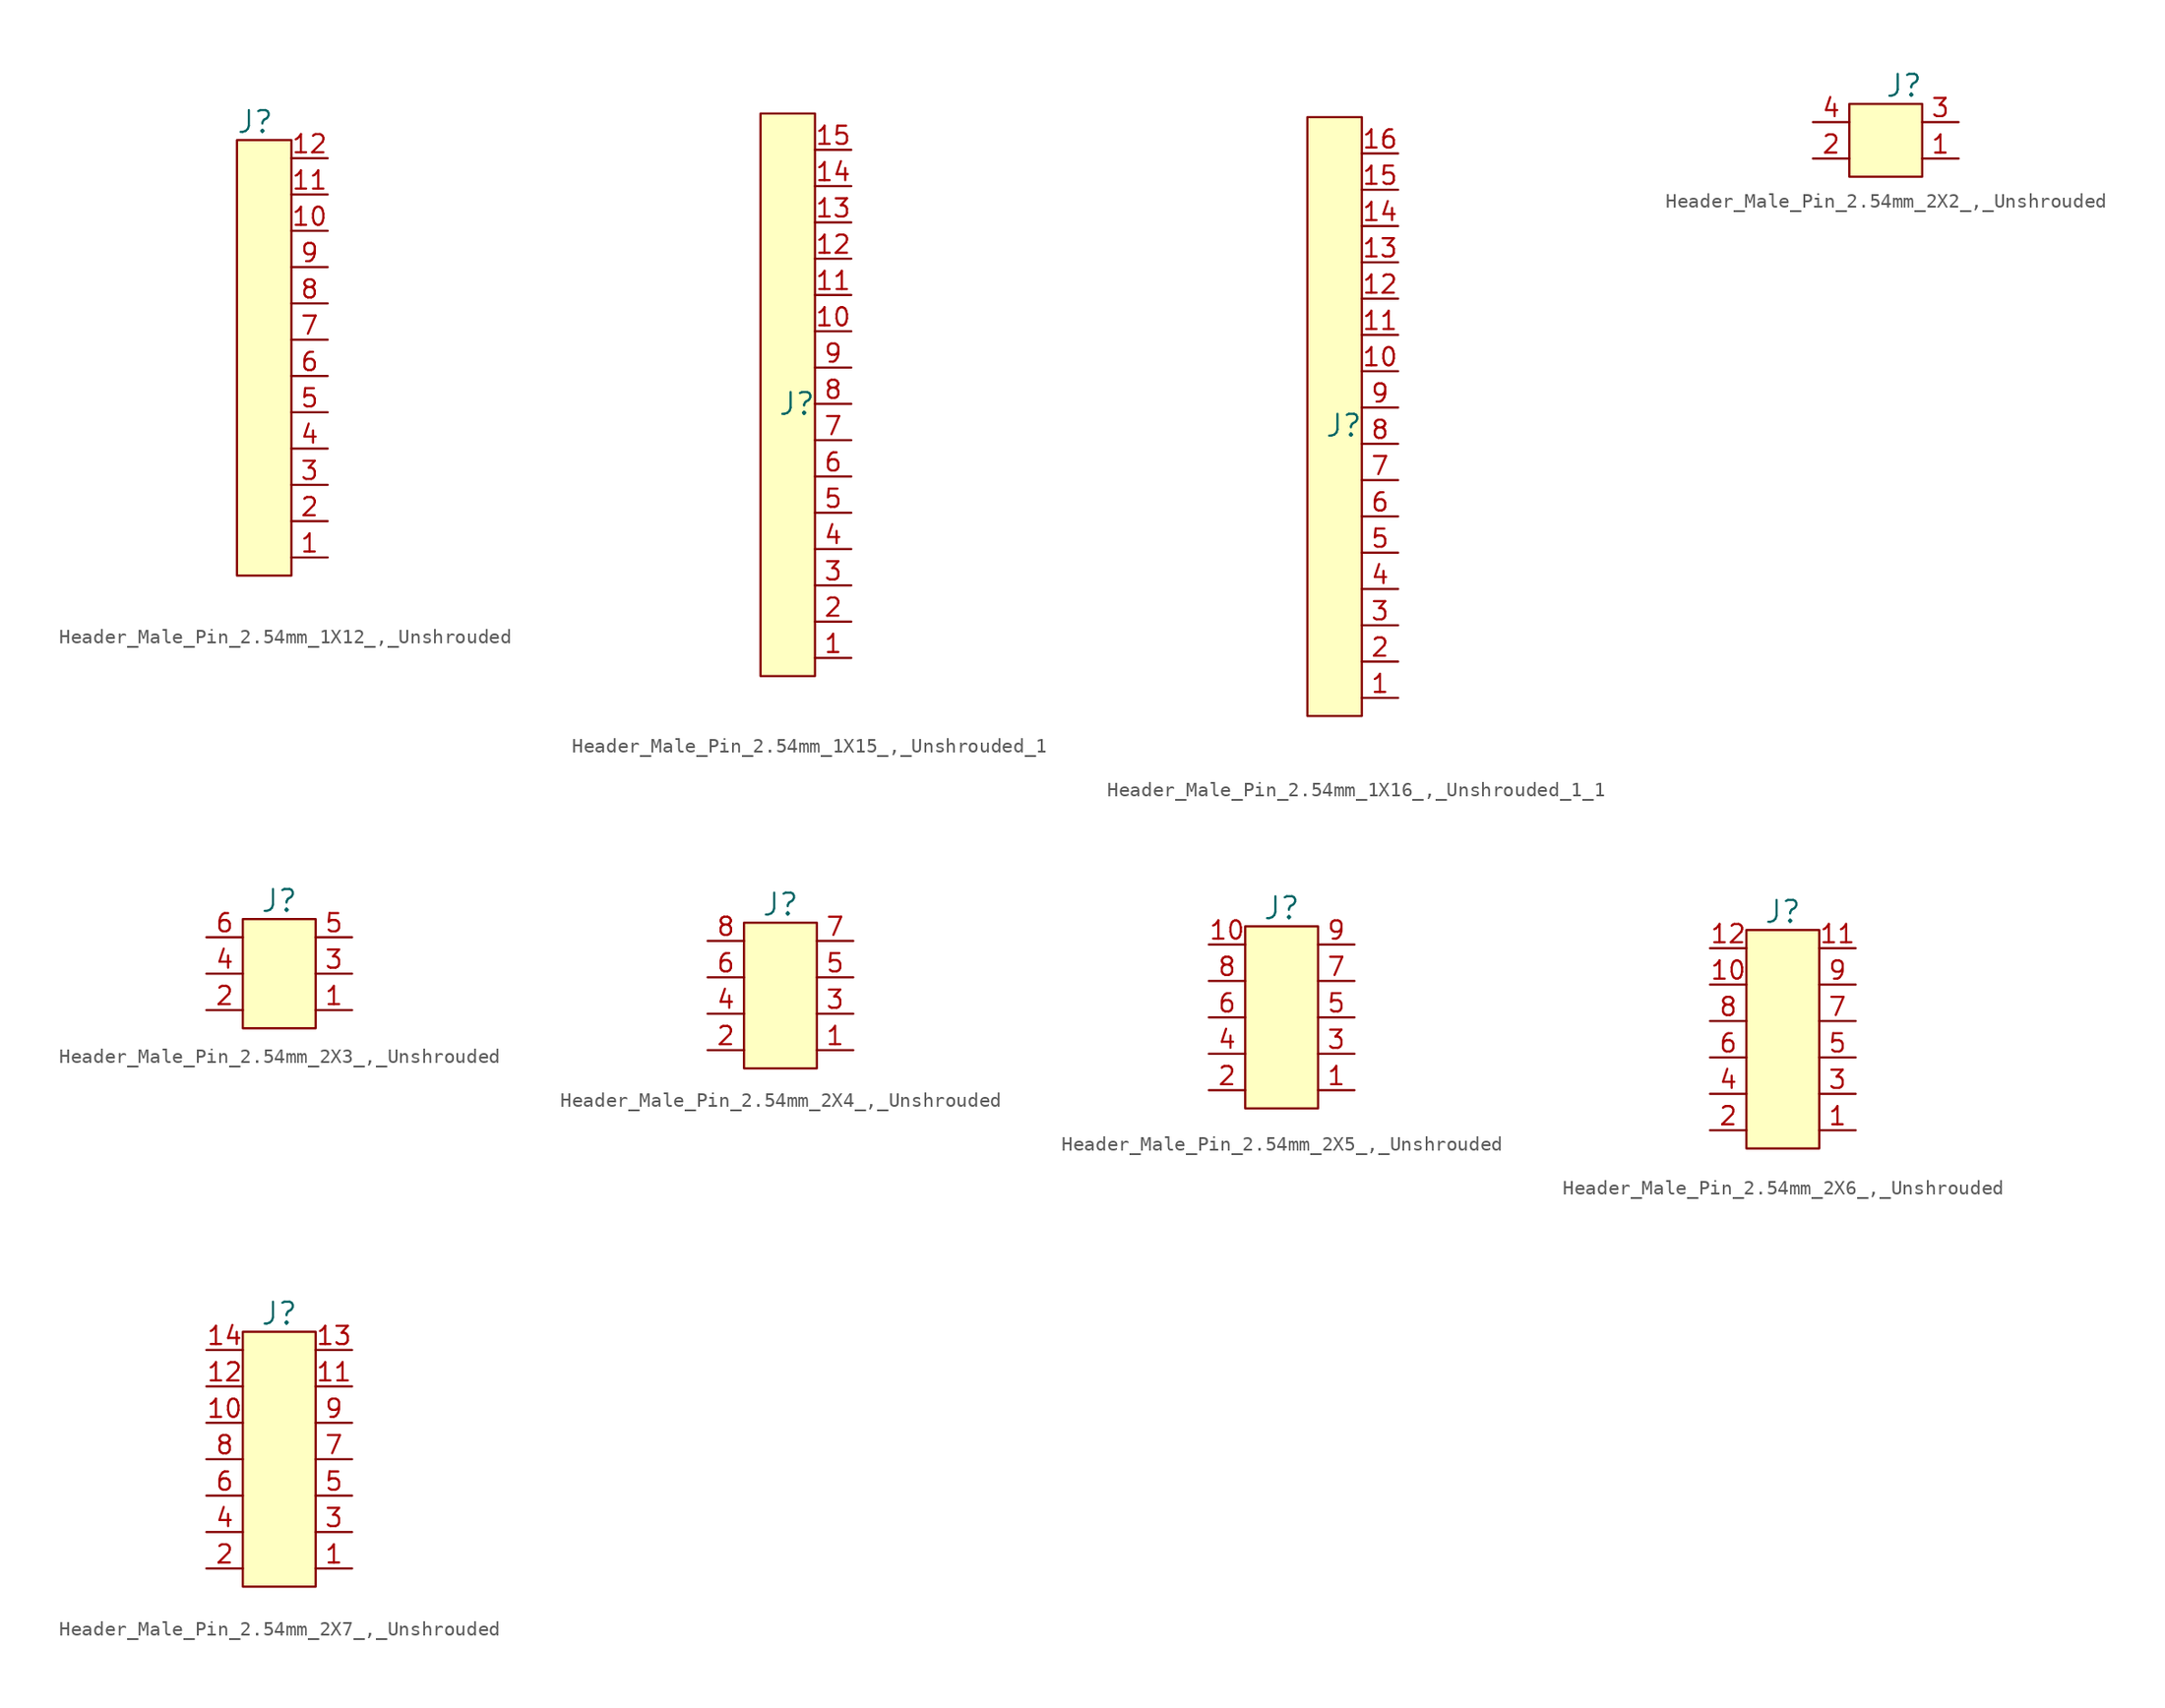
<source format=kicad_sym>
(kicad_symbol_lib
  (version 20241209)
  (generator "kicad_symbol_editor")
  (generator_version "9.0")
  (symbol "Header_Male_Pin_2.54mm_1X12_,_Unshrouded"
    (pin_names
      (offset 0)
      (hide yes))
    (property "Reference" "J"
      (at -2.54 30.48 0)
      (effects (font (size 1.524 1.524))))
    (symbol "Header_Male_Pin_2.54mm_1X12_,_Unshrouded_0_0"
      (rectangle (start -3.81 29.21) (end 0 -1.27) (stroke (width 0) (type default)) (fill (type background))))
    (symbol "Header_Male_Pin_2.54mm_1X12_,_Unshrouded_1_1"
      (pin passive line (at 2.54 27.94 180) (length 2.54) (name "~" (effects (font (size 1.27 1.27)))) (number "12" (effects (font (size 1.27 1.27)))))
      (pin passive line (at 2.54 25.4 180) (length 2.54) (name "~" (effects (font (size 1.27 1.27)))) (number "11" (effects (font (size 1.27 1.27)))))
      (pin passive line (at 2.54 22.86 180) (length 2.54) (name "~" (effects (font (size 1.27 1.27)))) (number "10" (effects (font (size 1.27 1.27)))))
      (pin passive line (at 2.54 20.32 180) (length 2.54) (name "~" (effects (font (size 1.27 1.27)))) (number "9" (effects (font (size 1.27 1.27)))))
      (pin passive line (at 2.54 17.78 180) (length 2.54) (name "~" (effects (font (size 1.27 1.27)))) (number "8" (effects (font (size 1.27 1.27)))))
      (pin passive line (at 2.54 15.24 180) (length 2.54) (name "~" (effects (font (size 1.27 1.27)))) (number "7" (effects (font (size 1.27 1.27)))))
      (pin passive line (at 2.54 12.7 180) (length 2.54) (name "~" (effects (font (size 1.27 1.27)))) (number "6" (effects (font (size 1.27 1.27)))))
      (pin passive line (at 2.54 10.16 180) (length 2.54) (name "~" (effects (font (size 1.27 1.27)))) (number "5" (effects (font (size 1.27 1.27)))))
      (pin passive line (at 2.54 7.62 180) (length 2.54) (name "~" (effects (font (size 1.27 1.27)))) (number "4" (effects (font (size 1.27 1.27)))))
      (pin passive line (at 2.54 5.08 180) (length 2.54) (name "~" (effects (font (size 1.27 1.27)))) (number "3" (effects (font (size 1.27 1.27)))))
      (pin passive line (at 2.54 2.54 180) (length 2.54) (name "~" (effects (font (size 1.27 1.27)))) (number "2" (effects (font (size 1.27 1.27)))))
      (pin passive line (at 2.54 0 180) (length 2.54) (name "~" (effects (font (size 1.016 1.016)))) (number "1" (effects (font (size 1.27 1.27)))))))
  (symbol "Header_Male_Pin_2.54mm_1X15_,_Unshrouded_1"
    (pin_names
      (offset 0)
      (hide yes))
    (property "Reference" "J"
      (at -1.27 17.78 0)
      (effects (font (size 1.524 1.524))))
    (symbol "Header_Male_Pin_2.54mm_1X15_,_Unshrouded_1_0_0"
      (rectangle (start -3.81 38.1) (end 0 -1.27) (stroke (width 0) (type default)) (fill (type background))))
    (symbol "Header_Male_Pin_2.54mm_1X15_,_Unshrouded_1_1_1"
      (pin passive line (at 2.54 35.56 180) (length 2.54) (name "~" (effects (font (size 1.27 1.27)))) (number "15" (effects (font (size 1.27 1.27)))))
      (pin passive line (at 2.54 33.02 180) (length 2.54) (name "~" (effects (font (size 1.27 1.27)))) (number "14" (effects (font (size 1.27 1.27)))))
      (pin passive line (at 2.54 30.48 180) (length 2.54) (name "~" (effects (font (size 1.27 1.27)))) (number "13" (effects (font (size 1.27 1.27)))))
      (pin passive line (at 2.54 27.94 180) (length 2.54) (name "~" (effects (font (size 1.27 1.27)))) (number "12" (effects (font (size 1.27 1.27)))))
      (pin passive line (at 2.54 25.4 180) (length 2.54) (name "~" (effects (font (size 1.27 1.27)))) (number "11" (effects (font (size 1.27 1.27)))))
      (pin passive line (at 2.54 22.86 180) (length 2.54) (name "~" (effects (font (size 1.27 1.27)))) (number "10" (effects (font (size 1.27 1.27)))))
      (pin passive line (at 2.54 20.32 180) (length 2.54) (name "~" (effects (font (size 1.27 1.27)))) (number "9" (effects (font (size 1.27 1.27)))))
      (pin passive line (at 2.54 17.78 180) (length 2.54) (name "~" (effects (font (size 1.27 1.27)))) (number "8" (effects (font (size 1.27 1.27)))))
      (pin passive line (at 2.54 15.24 180) (length 2.54) (name "~" (effects (font (size 1.27 1.27)))) (number "7" (effects (font (size 1.27 1.27)))))
      (pin passive line (at 2.54 12.7 180) (length 2.54) (name "~" (effects (font (size 1.27 1.27)))) (number "6" (effects (font (size 1.27 1.27)))))
      (pin passive line (at 2.54 10.16 180) (length 2.54) (name "~" (effects (font (size 1.27 1.27)))) (number "5" (effects (font (size 1.27 1.27)))))
      (pin passive line (at 2.54 7.62 180) (length 2.54) (name "~" (effects (font (size 1.27 1.27)))) (number "4" (effects (font (size 1.27 1.27)))))
      (pin passive line (at 2.54 5.08 180) (length 2.54) (name "~" (effects (font (size 1.27 1.27)))) (number "3" (effects (font (size 1.27 1.27)))))
      (pin passive line (at 2.54 2.54 180) (length 2.54) (name "~" (effects (font (size 1.27 1.27)))) (number "2" (effects (font (size 1.27 1.27)))))
      (pin passive line (at 2.54 0 180) (length 2.54) (name "~" (effects (font (size 1.27 1.27)))) (number "1" (effects (font (size 1.27 1.27)))))))
  (symbol "Header_Male_Pin_2.54mm_1X16_,_Unshrouded_1_1"
    (pin_names
      (offset 0)
      (hide yes))
    (property "Reference" "J"
      (at -1.27 19.05 0)
      (effects (font (size 1.524 1.524))))
    (symbol "Header_Male_Pin_2.54mm_1X16_,_Unshrouded_1_1_0_0"
      (rectangle (start -3.81 40.64) (end 0 -1.27) (stroke (width 0) (type default)) (fill (type background))))
    (symbol "Header_Male_Pin_2.54mm_1X16_,_Unshrouded_1_1_1_1"
      (pin passive line (at 2.54 38.1 180) (length 2.54) (name "~" (effects (font (size 1.27 1.27)))) (number "16" (effects (font (size 1.27 1.27)))))
      (pin passive line (at 2.54 35.56 180) (length 2.54) (name "~" (effects (font (size 1.27 1.27)))) (number "15" (effects (font (size 1.27 1.27)))))
      (pin passive line (at 2.54 33.02 180) (length 2.54) (name "~" (effects (font (size 1.27 1.27)))) (number "14" (effects (font (size 1.27 1.27)))))
      (pin passive line (at 2.54 30.48 180) (length 2.54) (name "~" (effects (font (size 1.27 1.27)))) (number "13" (effects (font (size 1.27 1.27)))))
      (pin passive line (at 2.54 27.94 180) (length 2.54) (name "~" (effects (font (size 1.27 1.27)))) (number "12" (effects (font (size 1.27 1.27)))))
      (pin passive line (at 2.54 25.4 180) (length 2.54) (name "~" (effects (font (size 1.27 1.27)))) (number "11" (effects (font (size 1.27 1.27)))))
      (pin passive line (at 2.54 22.86 180) (length 2.54) (name "~" (effects (font (size 1.27 1.27)))) (number "10" (effects (font (size 1.27 1.27)))))
      (pin passive line (at 2.54 20.32 180) (length 2.54) (name "~" (effects (font (size 1.27 1.27)))) (number "9" (effects (font (size 1.27 1.27)))))
      (pin passive line (at 2.54 17.78 180) (length 2.54) (name "~" (effects (font (size 1.27 1.27)))) (number "8" (effects (font (size 1.27 1.27)))))
      (pin passive line (at 2.54 15.24 180) (length 2.54) (name "~" (effects (font (size 1.27 1.27)))) (number "7" (effects (font (size 1.27 1.27)))))
      (pin passive line (at 2.54 12.7 180) (length 2.54) (name "~" (effects (font (size 1.27 1.27)))) (number "6" (effects (font (size 1.27 1.27)))))
      (pin passive line (at 2.54 10.16 180) (length 2.54) (name "~" (effects (font (size 1.27 1.27)))) (number "5" (effects (font (size 1.27 1.27)))))
      (pin passive line (at 2.54 7.62 180) (length 2.54) (name "~" (effects (font (size 1.27 1.27)))) (number "4" (effects (font (size 1.27 1.27)))))
      (pin passive line (at 2.54 5.08 180) (length 2.54) (name "~" (effects (font (size 1.27 1.27)))) (number "3" (effects (font (size 1.27 1.27)))))
      (pin passive line (at 2.54 2.54 180) (length 2.54) (name "~" (effects (font (size 1.27 1.27)))) (number "2" (effects (font (size 1.27 1.27)))))
      (pin passive line (at 2.54 0 180) (length 2.54) (name "~" (effects (font (size 1.27 1.27)))) (number "1" (effects (font (size 1.27 1.27)))))))
  (symbol "Header_Male_Pin_2.54mm_2X2_,_Unshrouded"
    (pin_names
      (offset 0)
      (hide yes))
    (property "Reference" "J"
      (at -1.27 5.08 0)
      (effects (font (size 1.524 1.524))))
    (symbol "Header_Male_Pin_2.54mm_2X2_,_Unshrouded_0_0"
      (rectangle (start -5.08 3.81) (end 0 -1.27) (stroke (width 0) (type default)) (fill (type background))))
    (symbol "Header_Male_Pin_2.54mm_2X2_,_Unshrouded_1_1"
      (pin passive line (at -7.62 2.54 0) (length 2.54) (name "~" (effects (font (size 1.27 1.27)))) (number "4" (effects (font (size 1.27 1.27)))))
      (pin passive line (at -7.62 0 0) (length 2.54) (name "~" (effects (font (size 1.016 1.016)))) (number "2" (effects (font (size 1.27 1.27)))))
      (pin passive line (at 2.54 2.54 180) (length 2.54) (name "~" (effects (font (size 1.27 1.27)))) (number "3" (effects (font (size 1.27 1.27)))))
      (pin passive line (at 2.54 0 180) (length 2.54) (name "~" (effects (font (size 1.016 1.016)))) (number "1" (effects (font (size 1.27 1.27)))))))
  (symbol "Header_Male_Pin_2.54mm_2X3_,_Unshrouded"
    (pin_names
      (offset 0)
      (hide yes))
    (property "Reference" "J"
      (at -2.54 7.62 0)
      (effects (font (size 1.524 1.524))))
    (symbol "Header_Male_Pin_2.54mm_2X3_,_Unshrouded_0_0"
      (rectangle (start -5.08 6.35) (end 0 -1.27) (stroke (width 0) (type default)) (fill (type background))))
    (symbol "Header_Male_Pin_2.54mm_2X3_,_Unshrouded_1_1"
      (pin passive line (at -7.62 5.08 0) (length 2.54) (name "~" (effects (font (size 0.762 0.762)))) (number "6" (effects (font (size 1.27 1.27)))))
      (pin passive line (at -7.62 2.54 0) (length 2.54) (name "~" (effects (font (size 1.27 1.27)))) (number "4" (effects (font (size 1.27 1.27)))))
      (pin passive line (at -7.62 0 0) (length 2.54) (name "~" (effects (font (size 1.016 1.016)))) (number "2" (effects (font (size 1.27 1.27)))))
      (pin passive line (at 2.54 5.08 180) (length 2.54) (name "~" (effects (font (size 0.889 0.889)))) (number "5" (effects (font (size 1.27 1.27)))))
      (pin passive line (at 2.54 2.54 180) (length 2.54) (name "~" (effects (font (size 1.27 1.27)))) (number "3" (effects (font (size 1.27 1.27)))))
      (pin passive line (at 2.54 0 180) (length 2.54) (name "~" (effects (font (size 1.016 1.016)))) (number "1" (effects (font (size 1.27 1.27)))))))
  (symbol "Header_Male_Pin_2.54mm_2X4_,_Unshrouded"
    (pin_names
      (offset 0)
      (hide yes))
    (property "Reference" "J"
      (at -2.54 10.16 0)
      (effects (font (size 1.524 1.524))))
    (symbol "Header_Male_Pin_2.54mm_2X4_,_Unshrouded_0_0"
      (rectangle (start -5.08 8.89) (end 0 -1.27) (stroke (width 0) (type default)) (fill (type background))))
    (symbol "Header_Male_Pin_2.54mm_2X4_,_Unshrouded_1_1"
      (pin passive line (at -7.62 7.62 0) (length 2.54) (name "~" (effects (font (size 0.762 0.762)))) (number "8" (effects (font (size 1.27 1.27)))))
      (pin passive line (at -7.62 5.08 0) (length 2.54) (name "~" (effects (font (size 0.762 0.762)))) (number "6" (effects (font (size 1.27 1.27)))))
      (pin passive line (at -7.62 2.54 0) (length 2.54) (name "~" (effects (font (size 1.27 1.27)))) (number "4" (effects (font (size 1.27 1.27)))))
      (pin passive line (at -7.62 0 0) (length 2.54) (name "~" (effects (font (size 1.016 1.016)))) (number "2" (effects (font (size 1.27 1.27)))))
      (pin passive line (at 2.54 7.62 180) (length 2.54) (name "~" (effects (font (size 0.889 0.889)))) (number "7" (effects (font (size 1.27 1.27)))))
      (pin passive line (at 2.54 5.08 180) (length 2.54) (name "~" (effects (font (size 0.889 0.889)))) (number "5" (effects (font (size 1.27 1.27)))))
      (pin passive line (at 2.54 2.54 180) (length 2.54) (name "~" (effects (font (size 1.27 1.27)))) (number "3" (effects (font (size 1.27 1.27)))))
      (pin passive line (at 2.54 0 180) (length 2.54) (name "~" (effects (font (size 1.016 1.016)))) (number "1" (effects (font (size 1.27 1.27)))))))
  (symbol "Header_Male_Pin_2.54mm_2X5_,_Unshrouded"
    (pin_names
      (offset 0)
      (hide yes))
    (property "Reference" "J"
      (at 0 10.16 0)
      (effects (font (size 1.524 1.524))))
    (symbol "Header_Male_Pin_2.54mm_2X5_,_Unshrouded_0_0"
      (rectangle (start -2.54 8.89) (end 2.54 -3.81) (stroke (width 0) (type default)) (fill (type background))))
    (symbol "Header_Male_Pin_2.54mm_2X5_,_Unshrouded_1_1"
      (pin passive line (at -5.08 7.62 0) (length 2.54) (name "~" (effects (font (size 0.762 0.762)))) (number "10" (effects (font (size 1.27 1.27)))))
      (pin passive line (at -5.08 5.08 0) (length 2.54) (name "~" (effects (font (size 0.762 0.762)))) (number "8" (effects (font (size 1.27 1.27)))))
      (pin passive line (at -5.08 2.54 0) (length 2.54) (name "~" (effects (font (size 0.762 0.762)))) (number "6" (effects (font (size 1.27 1.27)))))
      (pin passive line (at -5.08 0 0) (length 2.54) (name "~" (effects (font (size 1.27 1.27)))) (number "4" (effects (font (size 1.27 1.27)))))
      (pin passive line (at -5.08 -2.54 0) (length 2.54) (name "~" (effects (font (size 1.016 1.016)))) (number "2" (effects (font (size 1.27 1.27)))))
      (pin passive line (at 5.08 7.62 180) (length 2.54) (name "~" (effects (font (size 0.889 0.889)))) (number "9" (effects (font (size 1.27 1.27)))))
      (pin passive line (at 5.08 5.08 180) (length 2.54) (name "~" (effects (font (size 0.889 0.889)))) (number "7" (effects (font (size 1.27 1.27)))))
      (pin passive line (at 5.08 2.54 180) (length 2.54) (name "~" (effects (font (size 0.889 0.889)))) (number "5" (effects (font (size 1.27 1.27)))))
      (pin passive line (at 5.08 0 180) (length 2.54) (name "~" (effects (font (size 1.27 1.27)))) (number "3" (effects (font (size 1.27 1.27)))))
      (pin passive line (at 5.08 -2.54 180) (length 2.54) (name "~" (effects (font (size 1.016 1.016)))) (number "1" (effects (font (size 1.27 1.27)))))))
  (symbol "Header_Male_Pin_2.54mm_2X6_,_Unshrouded"
    (pin_names
      (offset 0)
      (hide yes))
    (property "Reference" "J"
      (at -2.54 15.24 0)
      (effects (font (size 1.524 1.524))))
    (symbol "Header_Male_Pin_2.54mm_2X6_,_Unshrouded_0_0"
      (rectangle (start -5.08 13.97) (end 0 -1.27) (stroke (width 0) (type default)) (fill (type background))))
    (symbol "Header_Male_Pin_2.54mm_2X6_,_Unshrouded_1_1"
      (pin passive line (at -7.62 12.7 0) (length 2.54) (name "~" (effects (font (size 0.762 0.762)))) (number "12" (effects (font (size 1.27 1.27)))))
      (pin passive line (at -7.62 10.16 0) (length 2.54) (name "~" (effects (font (size 0.762 0.762)))) (number "10" (effects (font (size 1.27 1.27)))))
      (pin passive line (at -7.62 7.62 0) (length 2.54) (name "~" (effects (font (size 0.762 0.762)))) (number "8" (effects (font (size 1.27 1.27)))))
      (pin passive line (at -7.62 5.08 0) (length 2.54) (name "~" (effects (font (size 0.762 0.762)))) (number "6" (effects (font (size 1.27 1.27)))))
      (pin passive line (at -7.62 2.54 0) (length 2.54) (name "~" (effects (font (size 1.27 1.27)))) (number "4" (effects (font (size 1.27 1.27)))))
      (pin passive line (at -7.62 0 0) (length 2.54) (name "~" (effects (font (size 1.016 1.016)))) (number "2" (effects (font (size 1.27 1.27)))))
      (pin passive line (at 2.54 12.7 180) (length 2.54) (name "~" (effects (font (size 0.889 0.889)))) (number "11" (effects (font (size 1.27 1.27)))))
      (pin passive line (at 2.54 10.16 180) (length 2.54) (name "~" (effects (font (size 0.889 0.889)))) (number "9" (effects (font (size 1.27 1.27)))))
      (pin passive line (at 2.54 7.62 180) (length 2.54) (name "~" (effects (font (size 0.889 0.889)))) (number "7" (effects (font (size 1.27 1.27)))))
      (pin passive line (at 2.54 5.08 180) (length 2.54) (name "~" (effects (font (size 0.889 0.889)))) (number "5" (effects (font (size 1.27 1.27)))))
      (pin passive line (at 2.54 2.54 180) (length 2.54) (name "~" (effects (font (size 1.27 1.27)))) (number "3" (effects (font (size 1.27 1.27)))))
      (pin passive line (at 2.54 0 180) (length 2.54) (name "~" (effects (font (size 1.016 1.016)))) (number "1" (effects (font (size 1.27 1.27)))))))
  (symbol "Header_Male_Pin_2.54mm_2X7_,_Unshrouded"
    (pin_names
      (offset 0)
      (hide yes))
    (property "Reference" "J"
      (at -2.54 17.78 0)
      (effects (font (size 1.524 1.524))))
    (symbol "Header_Male_Pin_2.54mm_2X7_,_Unshrouded_0_0"
      (rectangle (start -5.08 16.51) (end 0 -1.27) (stroke (width 0) (type default)) (fill (type background))))
    (symbol "Header_Male_Pin_2.54mm_2X7_,_Unshrouded_1_1"
      (pin passive line (at -7.62 15.24 0) (length 2.54) (name "~" (effects (font (size 0.762 0.762)))) (number "14" (effects (font (size 1.27 1.27)))))
      (pin passive line (at -7.62 12.7 0) (length 2.54) (name "~" (effects (font (size 0.762 0.762)))) (number "12" (effects (font (size 1.27 1.27)))))
      (pin passive line (at -7.62 10.16 0) (length 2.54) (name "~" (effects (font (size 0.762 0.762)))) (number "10" (effects (font (size 1.27 1.27)))))
      (pin passive line (at -7.62 7.62 0) (length 2.54) (name "~" (effects (font (size 0.762 0.762)))) (number "8" (effects (font (size 1.27 1.27)))))
      (pin passive line (at -7.62 5.08 0) (length 2.54) (name "~" (effects (font (size 0.762 0.762)))) (number "6" (effects (font (size 1.27 1.27)))))
      (pin passive line (at -7.62 2.54 0) (length 2.54) (name "~" (effects (font (size 1.27 1.27)))) (number "4" (effects (font (size 1.27 1.27)))))
      (pin passive line (at -7.62 0 0) (length 2.54) (name "~" (effects (font (size 1.016 1.016)))) (number "2" (effects (font (size 1.27 1.27)))))
      (pin passive line (at 2.54 15.24 180) (length 2.54) (name "~" (effects (font (size 0.889 0.889)))) (number "13" (effects (font (size 1.27 1.27)))))
      (pin passive line (at 2.54 12.7 180) (length 2.54) (name "~" (effects (font (size 0.889 0.889)))) (number "11" (effects (font (size 1.27 1.27)))))
      (pin passive line (at 2.54 10.16 180) (length 2.54) (name "~" (effects (font (size 0.889 0.889)))) (number "9" (effects (font (size 1.27 1.27)))))
      (pin passive line (at 2.54 7.62 180) (length 2.54) (name "~" (effects (font (size 0.889 0.889)))) (number "7" (effects (font (size 1.27 1.27)))))
      (pin passive line (at 2.54 5.08 180) (length 2.54) (name "~" (effects (font (size 0.889 0.889)))) (number "5" (effects (font (size 1.27 1.27)))))
      (pin passive line (at 2.54 2.54 180) (length 2.54) (name "~" (effects (font (size 1.27 1.27)))) (number "3" (effects (font (size 1.27 1.27)))))
      (pin passive line (at 2.54 0 180) (length 2.54) (name "~" (effects (font (size 1.016 1.016)))) (number "1" (effects (font (size 1.27 1.27))))))))
</source>
